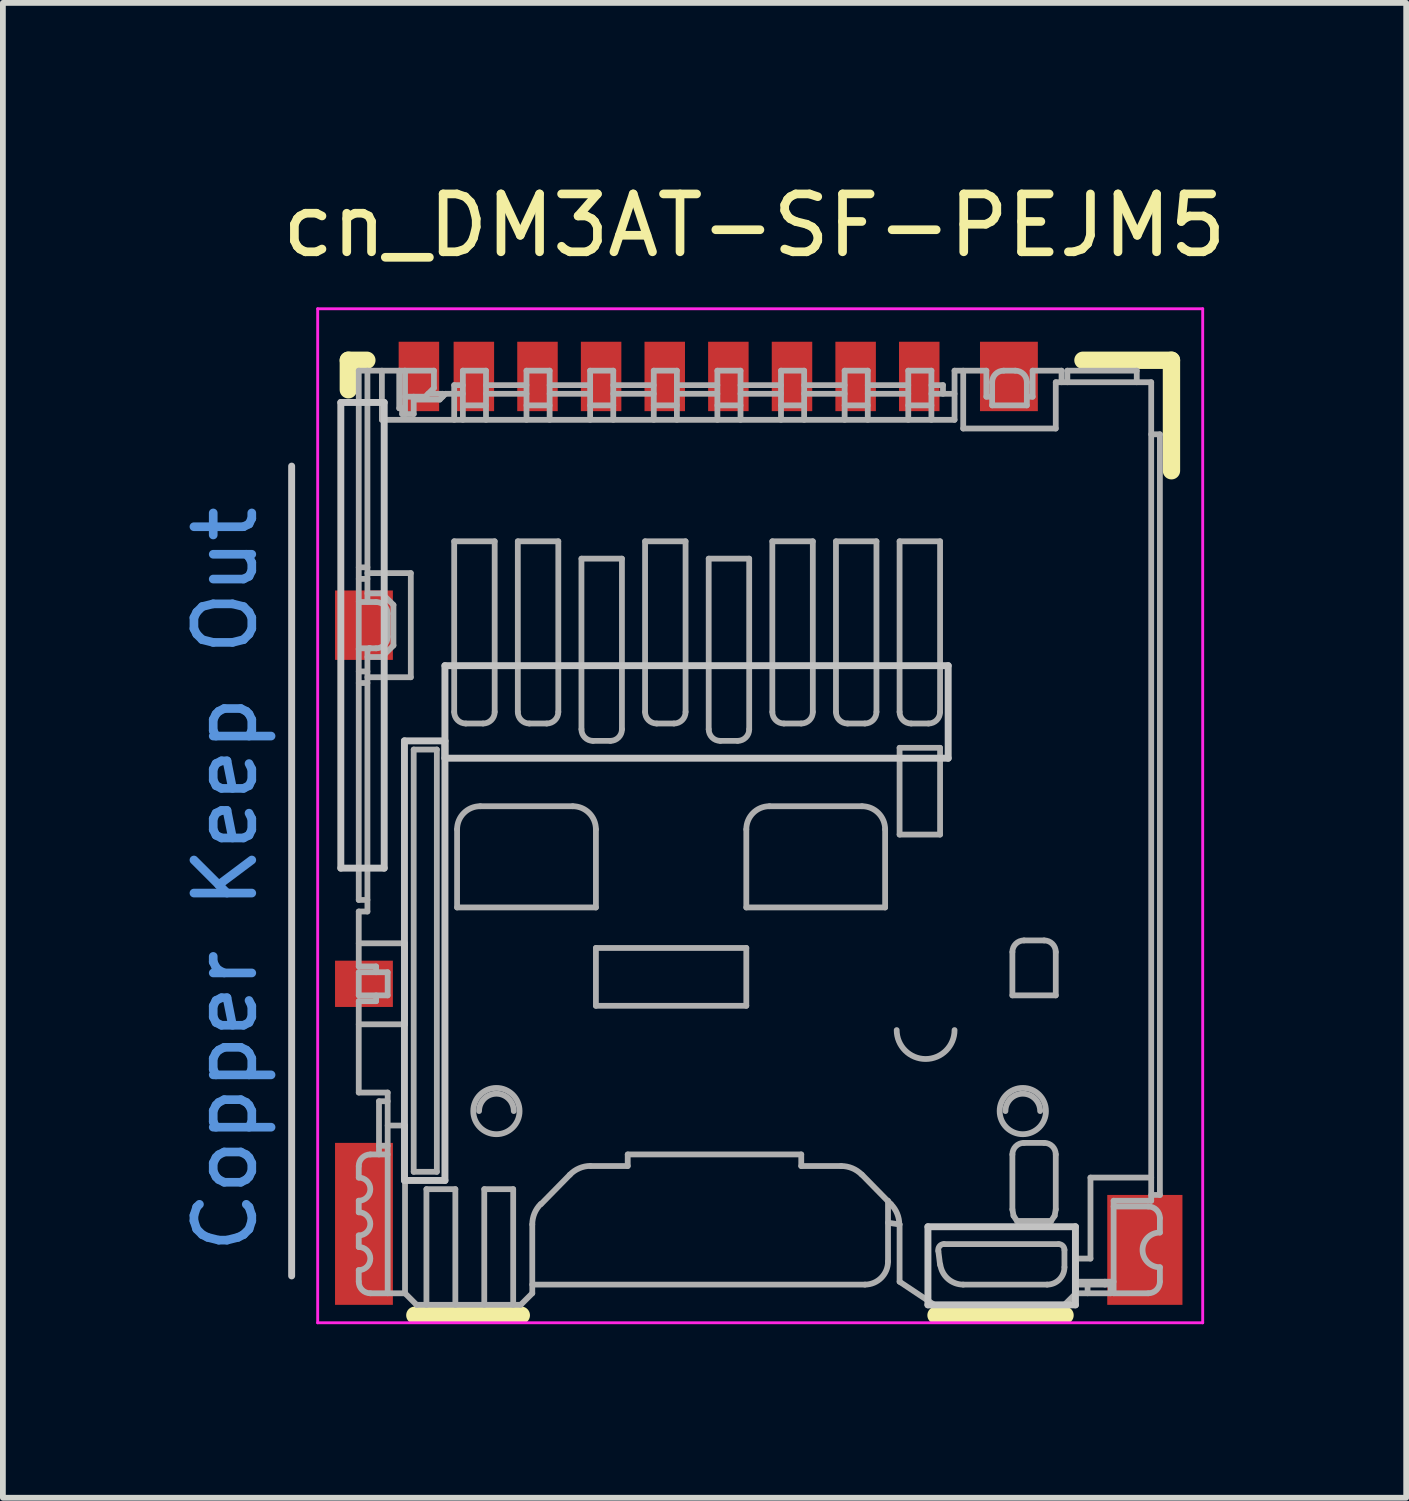
<source format=kicad_pcb>
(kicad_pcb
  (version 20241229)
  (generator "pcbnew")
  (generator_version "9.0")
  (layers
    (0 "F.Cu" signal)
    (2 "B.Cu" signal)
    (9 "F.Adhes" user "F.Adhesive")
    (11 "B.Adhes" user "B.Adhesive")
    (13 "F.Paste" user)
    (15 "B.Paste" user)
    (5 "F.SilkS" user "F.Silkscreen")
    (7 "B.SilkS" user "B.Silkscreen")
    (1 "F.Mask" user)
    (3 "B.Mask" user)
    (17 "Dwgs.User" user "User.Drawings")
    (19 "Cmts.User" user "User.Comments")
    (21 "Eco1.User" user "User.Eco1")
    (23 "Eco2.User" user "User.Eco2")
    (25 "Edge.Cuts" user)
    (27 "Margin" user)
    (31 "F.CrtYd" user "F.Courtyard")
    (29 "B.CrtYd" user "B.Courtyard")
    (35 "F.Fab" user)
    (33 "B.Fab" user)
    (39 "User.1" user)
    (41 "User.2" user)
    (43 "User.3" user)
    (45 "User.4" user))
  (footprint "cn_DM3AT-SF-PEJM5"
    (layer "F.Cu")
    (at 9.992 11.008)
    (property "Reference" "cn_DM3AT-SF-PEJM5" (at 0 -10.16 180) (layer "F.SilkS") (effects (font (size 1 1) (thickness 0.15))))
    (attr smd)
    (fp_line (start -7.02 -7.83) (end -7.02 -7.32) (stroke (width 0.3) (type solid)) (layer "F.SilkS"))
    (fp_line (start -6.7 -7.83) (end -7.02 -7.83) (stroke (width 0.3) (type solid)) (layer "F.SilkS"))
    (fp_line (start -5.87 8.68) (end -4.03 8.68) (stroke (width 0.3) (type solid)) (layer "F.SilkS"))
    (fp_line (start 5.37 8.68) (end 3.14 8.68) (stroke (width 0.3) (type solid)) (layer "F.SilkS"))
    (fp_line (start 5.68 -7.83) (end 7.21 -7.83) (stroke (width 0.3) (type solid)) (layer "F.SilkS"))
    (fp_line (start 7.21 -7.83) (end 7.21 -5.92) (stroke (width 0.3) (type solid)) (layer "F.SilkS"))
    (fp_line (start -8 8) (end -8 -6) (stroke (width 0.12) (type solid)) (layer "Dwgs.User"))
    (fp_line (start -7.15 -7.1) (end -6.4 -7.1) (stroke (width 0.12) (type solid)) (layer "Dwgs.User"))
    (fp_line (start -7.15 0.95) (end -7.15 -7.1) (stroke (width 0.12) (type solid)) (layer "Dwgs.User"))
    (fp_line (start -6.4 -7.1) (end -6.4 0.95) (stroke (width 0.12) (type solid)) (layer "Dwgs.User"))
    (fp_line (start -6.4 0.95) (end -7.15 0.95) (stroke (width 0.12) (type solid)) (layer "Dwgs.User"))
    (fp_line (start -6.05 -1.25) (end -5.35 -1.25) (stroke (width 0.12) (type solid)) (layer "Dwgs.User"))
    (fp_line (start -6.05 6.35) (end -6.05 -1.25) (stroke (width 0.12) (type solid)) (layer "Dwgs.User"))
    (fp_line (start -5.35 -2.55) (end -5.35 -0.95) (stroke (width 0.12) (type solid)) (layer "Dwgs.User"))
    (fp_line (start -5.35 -2.55) (end 3.35 -2.55) (stroke (width 0.12) (type solid)) (layer "Dwgs.User"))
    (fp_line (start -5.35 -1.25) (end -5.35 6.35) (stroke (width 0.12) (type solid)) (layer "Dwgs.User"))
    (fp_line (start -5.35 6.35) (end -6.05 6.35) (stroke (width 0.12) (type solid)) (layer "Dwgs.User"))
    (fp_line (start 3 7.15) (end 5.55 7.15) (stroke (width 0.12) (type solid)) (layer "Dwgs.User"))
    (fp_line (start 3 8.5) (end 3 7.15) (stroke (width 0.12) (type solid)) (layer "Dwgs.User"))
    (fp_line (start 3.35 -2.55) (end 3.35 -0.95) (stroke (width 0.12) (type solid)) (layer "Dwgs.User"))
    (fp_line (start 3.35 -0.95) (end -5.35 -0.95) (stroke (width 0.12) (type solid)) (layer "Dwgs.User"))
    (fp_line (start 5.55 7.15) (end 5.55 8.5) (stroke (width 0.12) (type solid)) (layer "Dwgs.User"))
    (fp_line (start 5.55 8.5) (end 3 8.5) (stroke (width 0.12) (type solid)) (layer "Dwgs.User"))
    (fp_line (start -7.55 -8.72) (end 7.75 -8.72) (stroke (width 0.05) (type solid)) (layer "F.CrtYd"))
    (fp_line (start -7.55 8.81) (end -7.55 -8.72) (stroke (width 0.05) (type solid)) (layer "F.CrtYd"))
    (fp_line (start 7.75 -8.72) (end 7.75 8.81) (stroke (width 0.05) (type solid)) (layer "F.CrtYd"))
    (fp_line (start 7.75 8.81) (end -7.55 8.81) (stroke (width 0.05) (type solid)) (layer "F.CrtYd"))
    (fp_line (start -6.84 -3.66) (end -6.83 -3.65) (stroke (width 0.1) (type solid)) (layer "F.Fab"))
    (fp_line (start -6.84 -2.84) (end -6.83 -2.85) (stroke (width 0.1) (type solid)) (layer "F.Fab"))
    (fp_line (start -6.84 -2.83) (end -6.84 -2.84) (stroke (width 0.1) (type solid)) (layer "F.Fab"))
    (fp_line (start -6.84 -2.45) (end -6.69 -2.45) (stroke (width 0.1) (type solid)) (layer "F.Fab"))
    (fp_line (start -6.84 1.5) (end -6.84 -7.65) (stroke (width 0.1) (type solid)) (layer "F.Fab"))
    (fp_line (start -6.84 1.5) (end -6.69 1.5) (stroke (width 0.1) (type solid)) (layer "F.Fab"))
    (fp_line (start -6.84 1.7) (end -6.84 2.65) (stroke (width 0.1) (type solid)) (layer "F.Fab"))
    (fp_line (start -6.84 1.7) (end -6.69 1.7) (stroke (width 0.1) (type solid)) (layer "F.Fab"))
    (fp_line (start -6.84 2.65) (end -6.54 2.65) (stroke (width 0.1) (type solid)) (layer "F.Fab"))
    (fp_line (start -6.84 2.75) (end -6.84 3.15) (stroke (width 0.1) (type solid)) (layer "F.Fab"))
    (fp_line (start -6.84 3.15) (end -6.34 3.15) (stroke (width 0.1) (type solid)) (layer "F.Fab"))
    (fp_line (start -6.84 4.83) (end -6.84 3.25) (stroke (width 0.1) (type solid)) (layer "F.Fab"))
    (fp_line (start -6.84 6.3) (end -6.84 6.1) (stroke (width 0.1) (type solid)) (layer "F.Fab"))
    (fp_line (start -6.84 6.9) (end -6.84 6.7) (stroke (width 0.1) (type solid)) (layer "F.Fab"))
    (fp_line (start -6.84 7.5) (end -6.84 7.3) (stroke (width 0.1) (type solid)) (layer "F.Fab"))
    (fp_line (start -6.84 8.1) (end -6.84 7.9) (stroke (width 0.1) (type solid)) (layer "F.Fab"))
    (fp_line (start -6.83 -3.65) (end -6.54 -3.65) (stroke (width 0.1) (type solid)) (layer "F.Fab"))
    (fp_line (start -6.69 -4.25) (end -6.84 -4.25) (stroke (width 0.1) (type solid)) (layer "F.Fab"))
    (fp_line (start -6.69 -4.05) (end -6.84 -4.05) (stroke (width 0.1) (type solid)) (layer "F.Fab"))
    (fp_line (start -6.69 -3.66) (end -6.69 -7.65) (stroke (width 0.1) (type solid)) (layer "F.Fab"))
    (fp_line (start -6.69 -2.84) (end -6.69 -2.83) (stroke (width 0.1) (type solid)) (layer "F.Fab"))
    (fp_line (start -6.69 -2.7) (end -6.44 -2.7) (stroke (width 0.1) (type solid)) (layer "F.Fab"))
    (fp_line (start -6.69 -2.35) (end -5.94 -2.35) (stroke (width 0.1) (type solid)) (layer "F.Fab"))
    (fp_line (start -6.69 -2.25) (end -6.84 -2.25) (stroke (width 0.1) (type solid)) (layer "F.Fab"))
    (fp_line (start -6.69 1.7) (end -6.69 -2.83) (stroke (width 0.1) (type solid)) (layer "F.Fab"))
    (fp_line (start -6.68 -2.84) (end -6.69 -2.84) (stroke (width 0.1) (type solid)) (layer "F.Fab"))
    (fp_line (start -6.67 -2.84) (end -6.68 -2.84) (stroke (width 0.1) (type solid)) (layer "F.Fab"))
    (fp_line (start -6.66 -2.85) (end -6.67 -2.84) (stroke (width 0.1) (type solid)) (layer "F.Fab"))
    (fp_line (start -6.65 -2.85) (end -6.66 -2.85) (stroke (width 0.1) (type solid)) (layer "F.Fab"))
    (fp_line (start -6.64 -2.85) (end -6.65 -2.85) (stroke (width 0.1) (type solid)) (layer "F.Fab"))
    (fp_line (start -6.64 5.9) (end -6.34 5.9) (stroke (width 0.1) (type solid)) (layer "F.Fab"))
    (fp_line (start -6.54 -2.85) (end -6.83 -2.85) (stroke (width 0.1) (type solid)) (layer "F.Fab"))
    (fp_line (start -6.54 2.75) (end -6.54 2.65) (stroke (width 0.1) (type solid)) (layer "F.Fab"))
    (fp_line (start -6.54 3.25) (end -6.84 3.25) (stroke (width 0.1) (type solid)) (layer "F.Fab"))
    (fp_line (start -6.54 3.25) (end -6.54 3.15) (stroke (width 0.1) (type solid)) (layer "F.Fab"))
    (fp_line (start -6.49 4.98) (end -6.49 5.9) (stroke (width 0.1) (type solid)) (layer "F.Fab"))
    (fp_line (start -6.49 5.75) (end -6.34 5.75) (stroke (width 0.1) (type solid)) (layer "F.Fab"))
    (fp_line (start -6.44 -7.65) (end -6.44 -6.8) (stroke (width 0.1) (type solid)) (layer "F.Fab"))
    (fp_line (start -6.44 -6.8) (end 3.46 -6.8) (stroke (width 0.1) (type solid)) (layer "F.Fab"))
    (fp_line (start -6.44 -3.8) (end -6.69 -3.8) (stroke (width 0.1) (type solid)) (layer "F.Fab"))
    (fp_line (start -6.44 -2.7) (end -6.24 -2.9) (stroke (width 0.1) (type solid)) (layer "F.Fab"))
    (fp_line (start -6.34 -3.45) (end -6.34 -3.05) (stroke (width 0.1) (type solid)) (layer "F.Fab"))
    (fp_line (start -6.34 2.75) (end -6.84 2.75) (stroke (width 0.1) (type solid)) (layer "F.Fab"))
    (fp_line (start -6.34 3.15) (end -6.34 2.75) (stroke (width 0.1) (type solid)) (layer "F.Fab"))
    (fp_line (start -6.34 4.83) (end -6.84 4.83) (stroke (width 0.1) (type solid)) (layer "F.Fab"))
    (fp_line (start -6.34 4.98) (end -6.49 4.98) (stroke (width 0.1) (type solid)) (layer "F.Fab"))
    (fp_line (start -6.34 8.3) (end -6.34 4.83) (stroke (width 0.1) (type solid)) (layer "F.Fab"))
    (fp_line (start -6.24 -3.6) (end -6.44 -3.8) (stroke (width 0.1) (type solid)) (layer "F.Fab"))
    (fp_line (start -6.24 -2.9) (end -6.24 -3.6) (stroke (width 0.1) (type solid)) (layer "F.Fab"))
    (fp_line (start -6.14 -7) (end -6.14 -7.65) (stroke (width 0.1) (type solid)) (layer "F.Fab"))
    (fp_line (start -6.09 -7) (end -6.14 -7) (stroke (width 0.1) (type solid)) (layer "F.Fab"))
    (fp_line (start -6.09 -6.9) (end -6.09 -7) (stroke (width 0.1) (type solid)) (layer "F.Fab"))
    (fp_line (start -6.09 -6.9) (end -5.89 -6.9) (stroke (width 0.1) (type solid)) (layer "F.Fab"))
    (fp_line (start -6.05 -7.65) (end -6.84 -7.65) (stroke (width 0.1) (type solid)) (layer "F.Fab"))
    (fp_line (start -6.04 -7.65) (end -6.04 -6.9) (stroke (width 0.1) (type solid)) (layer "F.Fab"))
    (fp_line (start -6.04 -7.2) (end -5.69 -7.2) (stroke (width 0.1) (type solid)) (layer "F.Fab"))
    (fp_line (start -6.04 2.25) (end -6.84 2.25) (stroke (width 0.1) (type solid)) (layer "F.Fab"))
    (fp_line (start -6.04 3.65) (end -6.84 3.65) (stroke (width 0.1) (type solid)) (layer "F.Fab"))
    (fp_line (start -6.04 3.65) (end -6.04 2.25) (stroke (width 0.1) (type solid)) (layer "F.Fab"))
    (fp_line (start -6.04 5.4) (end -6.34 5.4) (stroke (width 0.1) (type solid)) (layer "F.Fab"))
    (fp_line (start -6.04 8.3) (end -6.64 8.3) (stroke (width 0.1) (type solid)) (layer "F.Fab"))
    (fp_line (start -6.04 8.3) (end -6.04 5.4) (stroke (width 0.1) (type solid)) (layer "F.Fab"))
    (fp_line (start -5.94 -4.15) (end -6.69 -4.15) (stroke (width 0.1) (type solid)) (layer "F.Fab"))
    (fp_line (start -5.94 -2.35) (end -5.94 -4.15) (stroke (width 0.1) (type solid)) (layer "F.Fab"))
    (fp_line (start -5.89 -7.15) (end -5.44 -7.15) (stroke (width 0.1) (type solid)) (layer "F.Fab"))
    (fp_line (start -5.89 -6.9) (end -5.89 -7.2) (stroke (width 0.1) (type solid)) (layer "F.Fab"))
    (fp_line (start -5.89 -1.1) (end -5.89 6.2) (stroke (width 0.1) (type solid)) (layer "F.Fab"))
    (fp_line (start -5.89 6.2) (end -5.49 6.2) (stroke (width 0.1) (type solid)) (layer "F.Fab"))
    (fp_line (start -5.84 8.5) (end -6.04 8.3) (stroke (width 0.1) (type solid)) (layer "F.Fab"))
    (fp_line (start -5.67 6.5) (end -5.67 8.5) (stroke (width 0.1) (type solid)) (layer "F.Fab"))
    (fp_line (start -5.54 -7.65) (end -6.04 -7.65) (stroke (width 0.1) (type solid)) (layer "F.Fab"))
    (fp_line (start -5.54 -7.65) (end -5.54 -7.35) (stroke (width 0.1) (type solid)) (layer "F.Fab"))
    (fp_line (start -5.54 -7.35) (end -5.69 -7.2) (stroke (width 0.1) (type solid)) (layer "F.Fab"))
    (fp_line (start -5.49 -1.1) (end -5.89 -1.1) (stroke (width 0.1) (type solid)) (layer "F.Fab"))
    (fp_line (start -5.49 6.2) (end -5.49 -1.1) (stroke (width 0.1) (type solid)) (layer "F.Fab"))
    (fp_line (start -5.44 -7.15) (end -5.34 -7.25) (stroke (width 0.1) (type solid)) (layer "F.Fab"))
    (fp_line (start -5.39 -7.25) (end -5.64 -7.25) (stroke (width 0.1) (type solid)) (layer "F.Fab"))
    (fp_line (start -5.39 -7.2) (end -5.39 -7.25) (stroke (width 0.1) (type solid)) (layer "F.Fab"))
    (fp_line (start -5.19 -7.25) (end -5.19 -7.4) (stroke (width 0.1) (type solid)) (layer "F.Fab"))
    (fp_line (start -5.19 -7.25) (end -5.19 -6.8) (stroke (width 0.1) (type solid)) (layer "F.Fab"))
    (fp_line (start -5.19 -4.7) (end -5.19 -1.75) (stroke (width 0.1) (type solid)) (layer "F.Fab"))
    (fp_line (start -5.17 6.5) (end -5.67 6.5) (stroke (width 0.1) (type solid)) (layer "F.Fab"))
    (fp_line (start -5.17 8.5) (end -5.17 6.5) (stroke (width 0.1) (type solid)) (layer "F.Fab"))
    (fp_line (start -5.14 0.28) (end -5.14 1.63) (stroke (width 0.1) (type solid)) (layer "F.Fab"))
    (fp_line (start -5.14 1.63) (end -2.74 1.63) (stroke (width 0.1) (type solid)) (layer "F.Fab"))
    (fp_line (start -5.04 -7.65) (end -5.04 -6.8) (stroke (width 0.1) (type solid)) (layer "F.Fab"))
    (fp_line (start -5.04 -7.4) (end -5.19 -7.4) (stroke (width 0.1) (type solid)) (layer "F.Fab"))
    (fp_line (start -5.04 -7.25) (end -5.34 -7.25) (stroke (width 0.1) (type solid)) (layer "F.Fab"))
    (fp_line (start -4.99 -1.55) (end -4.69 -1.55) (stroke (width 0.1) (type solid)) (layer "F.Fab"))
    (fp_line (start -4.67 6.5) (end -4.67 8.5) (stroke (width 0.1) (type solid)) (layer "F.Fab"))
    (fp_line (start -4.64 -7.65) (end -5.04 -7.65) (stroke (width 0.1) (type solid)) (layer "F.Fab"))
    (fp_line (start -4.64 -7.05) (end -5.04 -7.05) (stroke (width 0.1) (type solid)) (layer "F.Fab"))
    (fp_line (start -4.64 -6.8) (end -4.64 -7.65) (stroke (width 0.1) (type solid)) (layer "F.Fab"))
    (fp_line (start -4.49 -4.7) (end -5.19 -4.7) (stroke (width 0.1) (type solid)) (layer "F.Fab"))
    (fp_line (start -4.49 -1.75) (end -4.49 -4.7) (stroke (width 0.1) (type solid)) (layer "F.Fab"))
    (fp_line (start -4.17 6.5) (end -4.67 6.5) (stroke (width 0.1) (type solid)) (layer "F.Fab"))
    (fp_line (start -4.17 8.5) (end -4.17 6.5) (stroke (width 0.1) (type solid)) (layer "F.Fab"))
    (fp_line (start -4.09 -4.7) (end -4.09 -1.75) (stroke (width 0.1) (type solid)) (layer "F.Fab"))
    (fp_line (start -4.04 8.5) (end -5.84 8.5) (stroke (width 0.1) (type solid)) (layer "F.Fab"))
    (fp_line (start -3.94 -7.65) (end -3.94 -6.8) (stroke (width 0.1) (type solid)) (layer "F.Fab"))
    (fp_line (start -3.94 -7.4) (end -4.64 -7.4) (stroke (width 0.1) (type solid)) (layer "F.Fab"))
    (fp_line (start -3.94 -7.25) (end -4.64 -7.25) (stroke (width 0.1) (type solid)) (layer "F.Fab"))
    (fp_line (start -3.89 -1.55) (end -3.59 -1.55) (stroke (width 0.1) (type solid)) (layer "F.Fab"))
    (fp_line (start -3.84 8.3) (end -4.04 8.5) (stroke (width 0.1) (type solid)) (layer "F.Fab"))
    (fp_line (start -3.84 8.3) (end -3.84 7.11) (stroke (width 0.1) (type solid)) (layer "F.Fab"))
    (fp_line (start -3.69 6.76) (end -3.19 6.25) (stroke (width 0.1) (type solid)) (layer "F.Fab"))
    (fp_line (start -3.54 -7.65) (end -3.94 -7.65) (stroke (width 0.1) (type solid)) (layer "F.Fab"))
    (fp_line (start -3.54 -7.05) (end -3.94 -7.05) (stroke (width 0.1) (type solid)) (layer "F.Fab"))
    (fp_line (start -3.54 -6.8) (end -3.54 -7.65) (stroke (width 0.1) (type solid)) (layer "F.Fab"))
    (fp_line (start -3.39 -4.7) (end -4.09 -4.7) (stroke (width 0.1) (type solid)) (layer "F.Fab"))
    (fp_line (start -3.39 -1.75) (end -3.39 -4.7) (stroke (width 0.1) (type solid)) (layer "F.Fab"))
    (fp_line (start -3.14 -0.12) (end -4.74 -0.12) (stroke (width 0.1) (type solid)) (layer "F.Fab"))
    (fp_line (start -2.99 -4.4) (end -2.99 -1.45) (stroke (width 0.1) (type solid)) (layer "F.Fab"))
    (fp_line (start -2.84 -7.65) (end -2.84 -6.8) (stroke (width 0.1) (type solid)) (layer "F.Fab"))
    (fp_line (start -2.84 -7.4) (end -3.54 -7.4) (stroke (width 0.1) (type solid)) (layer "F.Fab"))
    (fp_line (start -2.84 -7.25) (end -3.54 -7.25) (stroke (width 0.1) (type solid)) (layer "F.Fab"))
    (fp_line (start -2.83 6.1) (end -2.19 6.1) (stroke (width 0.1) (type solid)) (layer "F.Fab"))
    (fp_line (start -2.79 -1.25) (end -2.49 -1.25) (stroke (width 0.1) (type solid)) (layer "F.Fab"))
    (fp_line (start -2.74 1.63) (end -2.74 0.28) (stroke (width 0.1) (type solid)) (layer "F.Fab"))
    (fp_line (start -2.74 2.33) (end -2.74 3.33) (stroke (width 0.1) (type solid)) (layer "F.Fab"))
    (fp_line (start -2.74 3.33) (end -0.14 3.33) (stroke (width 0.1) (type solid)) (layer "F.Fab"))
    (fp_line (start -2.44 -7.65) (end -2.84 -7.65) (stroke (width 0.1) (type solid)) (layer "F.Fab"))
    (fp_line (start -2.44 -7.05) (end -2.84 -7.05) (stroke (width 0.1) (type solid)) (layer "F.Fab"))
    (fp_line (start -2.44 -6.8) (end -2.44 -7.65) (stroke (width 0.1) (type solid)) (layer "F.Fab"))
    (fp_line (start -2.29 -4.4) (end -2.99 -4.4) (stroke (width 0.1) (type solid)) (layer "F.Fab"))
    (fp_line (start -2.29 -1.45) (end -2.29 -4.4) (stroke (width 0.1) (type solid)) (layer "F.Fab"))
    (fp_line (start -2.19 5.9) (end 0.81 5.9) (stroke (width 0.1) (type solid)) (layer "F.Fab"))
    (fp_line (start -2.19 6.1) (end -2.19 5.9) (stroke (width 0.1) (type solid)) (layer "F.Fab"))
    (fp_line (start -1.89 -4.7) (end -1.89 -1.75) (stroke (width 0.1) (type solid)) (layer "F.Fab"))
    (fp_line (start -1.74 -7.65) (end -1.74 -6.8) (stroke (width 0.1) (type solid)) (layer "F.Fab"))
    (fp_line (start -1.74 -7.4) (end -2.44 -7.4) (stroke (width 0.1) (type solid)) (layer "F.Fab"))
    (fp_line (start -1.74 -7.25) (end -2.44 -7.25) (stroke (width 0.1) (type solid)) (layer "F.Fab"))
    (fp_line (start -1.69 -1.55) (end -1.39 -1.55) (stroke (width 0.1) (type solid)) (layer "F.Fab"))
    (fp_line (start -1.34 -7.65) (end -1.74 -7.65) (stroke (width 0.1) (type solid)) (layer "F.Fab"))
    (fp_line (start -1.34 -7.05) (end -1.74 -7.05) (stroke (width 0.1) (type solid)) (layer "F.Fab"))
    (fp_line (start -1.34 -6.8) (end -1.34 -7.65) (stroke (width 0.1) (type solid)) (layer "F.Fab"))
    (fp_line (start -1.19 -4.7) (end -1.89 -4.7) (stroke (width 0.1) (type solid)) (layer "F.Fab"))
    (fp_line (start -1.19 -1.75) (end -1.19 -4.7) (stroke (width 0.1) (type solid)) (layer "F.Fab"))
    (fp_line (start -0.79 -4.4) (end -0.79 -1.45) (stroke (width 0.1) (type solid)) (layer "F.Fab"))
    (fp_line (start -0.64 -7.65) (end -0.64 -6.8) (stroke (width 0.1) (type solid)) (layer "F.Fab"))
    (fp_line (start -0.64 -7.4) (end -1.34 -7.4) (stroke (width 0.1) (type solid)) (layer "F.Fab"))
    (fp_line (start -0.64 -7.25) (end -1.34 -7.25) (stroke (width 0.1) (type solid)) (layer "F.Fab"))
    (fp_line (start -0.59 -1.25) (end -0.29 -1.25) (stroke (width 0.1) (type solid)) (layer "F.Fab"))
    (fp_line (start -0.24 -7.65) (end -0.64 -7.65) (stroke (width 0.1) (type solid)) (layer "F.Fab"))
    (fp_line (start -0.24 -7.05) (end -0.64 -7.05) (stroke (width 0.1) (type solid)) (layer "F.Fab"))
    (fp_line (start -0.24 -6.8) (end -0.24 -7.65) (stroke (width 0.1) (type solid)) (layer "F.Fab"))
    (fp_line (start -0.14 0.28) (end -0.14 1.63) (stroke (width 0.1) (type solid)) (layer "F.Fab"))
    (fp_line (start -0.14 1.63) (end 2.26 1.63) (stroke (width 0.1) (type solid)) (layer "F.Fab"))
    (fp_line (start -0.14 2.33) (end -2.74 2.33) (stroke (width 0.1) (type solid)) (layer "F.Fab"))
    (fp_line (start -0.14 3.33) (end -0.14 2.33) (stroke (width 0.1) (type solid)) (layer "F.Fab"))
    (fp_line (start -0.09 -4.4) (end -0.79 -4.4) (stroke (width 0.1) (type solid)) (layer "F.Fab"))
    (fp_line (start -0.09 -1.45) (end -0.09 -4.4) (stroke (width 0.1) (type solid)) (layer "F.Fab"))
    (fp_line (start 0.31 -4.7) (end 0.31 -1.75) (stroke (width 0.1) (type solid)) (layer "F.Fab"))
    (fp_line (start 0.46 -7.65) (end 0.46 -6.8) (stroke (width 0.1) (type solid)) (layer "F.Fab"))
    (fp_line (start 0.46 -7.4) (end -0.24 -7.4) (stroke (width 0.1) (type solid)) (layer "F.Fab"))
    (fp_line (start 0.46 -7.25) (end -0.24 -7.25) (stroke (width 0.1) (type solid)) (layer "F.Fab"))
    (fp_line (start 0.51 -1.55) (end 0.81 -1.55) (stroke (width 0.1) (type solid)) (layer "F.Fab"))
    (fp_line (start 0.81 5.9) (end 0.81 6.1) (stroke (width 0.1) (type solid)) (layer "F.Fab"))
    (fp_line (start 0.81 6.1) (end 1.5 6.1) (stroke (width 0.1) (type solid)) (layer "F.Fab"))
    (fp_line (start 0.86 -7.65) (end 0.46 -7.65) (stroke (width 0.1) (type solid)) (layer "F.Fab"))
    (fp_line (start 0.86 -7.05) (end 0.46 -7.05) (stroke (width 0.1) (type solid)) (layer "F.Fab"))
    (fp_line (start 0.86 -6.8) (end 0.86 -7.65) (stroke (width 0.1) (type solid)) (layer "F.Fab"))
    (fp_line (start 1.01 -4.7) (end 0.31 -4.7) (stroke (width 0.1) (type solid)) (layer "F.Fab"))
    (fp_line (start 1.01 -1.75) (end 1.01 -4.7) (stroke (width 0.1) (type solid)) (layer "F.Fab"))
    (fp_line (start 1.41 -4.7) (end 1.41 -1.75) (stroke (width 0.1) (type solid)) (layer "F.Fab"))
    (fp_line (start 1.56 -7.65) (end 1.56 -6.8) (stroke (width 0.1) (type solid)) (layer "F.Fab"))
    (fp_line (start 1.56 -7.4) (end 0.86 -7.4) (stroke (width 0.1) (type solid)) (layer "F.Fab"))
    (fp_line (start 1.56 -7.25) (end 0.86 -7.25) (stroke (width 0.1) (type solid)) (layer "F.Fab"))
    (fp_line (start 1.61 -1.55) (end 1.91 -1.55) (stroke (width 0.1) (type solid)) (layer "F.Fab"))
    (fp_line (start 1.86 -0.12) (end 0.26 -0.12) (stroke (width 0.1) (type solid)) (layer "F.Fab"))
    (fp_line (start 1.86 6.25) (end 2.36 6.76) (stroke (width 0.1) (type solid)) (layer "F.Fab"))
    (fp_line (start 1.91 8.15) (end -3.84 8.15) (stroke (width 0.1) (type solid)) (layer "F.Fab"))
    (fp_line (start 1.96 -7.65) (end 1.56 -7.65) (stroke (width 0.1) (type solid)) (layer "F.Fab"))
    (fp_line (start 1.96 -7.05) (end 1.56 -7.05) (stroke (width 0.1) (type solid)) (layer "F.Fab"))
    (fp_line (start 1.96 -6.8) (end 1.96 -7.65) (stroke (width 0.1) (type solid)) (layer "F.Fab"))
    (fp_line (start 2.11 -4.7) (end 1.41 -4.7) (stroke (width 0.1) (type solid)) (layer "F.Fab"))
    (fp_line (start 2.11 -1.75) (end 2.11 -4.7) (stroke (width 0.1) (type solid)) (layer "F.Fab"))
    (fp_line (start 2.26 1.63) (end 2.26 0.28) (stroke (width 0.1) (type solid)) (layer "F.Fab"))
    (fp_line (start 2.31 6.7) (end 2.31 7.75) (stroke (width 0.1) (type solid)) (layer "F.Fab"))
    (fp_line (start 2.31 7.08) (end 2.51 7.11) (stroke (width 0.1) (type solid)) (layer "F.Fab"))
    (fp_line (start 2.51 -4.7) (end 2.51 -1.75) (stroke (width 0.1) (type solid)) (layer "F.Fab"))
    (fp_line (start 2.51 -1.13) (end 2.51 0.37) (stroke (width 0.1) (type solid)) (layer "F.Fab"))
    (fp_line (start 2.51 0.37) (end 3.21 0.37) (stroke (width 0.1) (type solid)) (layer "F.Fab"))
    (fp_line (start 2.51 7.11) (end 2.51 8.1) (stroke (width 0.1) (type solid)) (layer "F.Fab"))
    (fp_line (start 2.66 -7.65) (end 2.66 -6.8) (stroke (width 0.1) (type solid)) (layer "F.Fab"))
    (fp_line (start 2.66 -7.4) (end 1.96 -7.4) (stroke (width 0.1) (type solid)) (layer "F.Fab"))
    (fp_line (start 2.66 -7.25) (end 1.96 -7.25) (stroke (width 0.1) (type solid)) (layer "F.Fab"))
    (fp_line (start 2.71 -1.55) (end 3.01 -1.55) (stroke (width 0.1) (type solid)) (layer "F.Fab"))
    (fp_line (start 3.06 -7.65) (end 2.66 -7.65) (stroke (width 0.1) (type solid)) (layer "F.Fab"))
    (fp_line (start 3.06 -7.05) (end 2.66 -7.05) (stroke (width 0.1) (type solid)) (layer "F.Fab"))
    (fp_line (start 3.06 -6.8) (end 3.06 -7.65) (stroke (width 0.1) (type solid)) (layer "F.Fab"))
    (fp_line (start 3.11 8.5) (end 2.51 8.1) (stroke (width 0.1) (type solid)) (layer "F.Fab"))
    (fp_line (start 3.18 7.57) (end 3.21 7.81) (stroke (width 0.1) (type solid)) (layer "F.Fab"))
    (fp_line (start 3.21 -4.7) (end 2.51 -4.7) (stroke (width 0.1) (type solid)) (layer "F.Fab"))
    (fp_line (start 3.21 -1.75) (end 3.21 -4.7) (stroke (width 0.1) (type solid)) (layer "F.Fab"))
    (fp_line (start 3.21 -1.13) (end 2.51 -1.13) (stroke (width 0.1) (type solid)) (layer "F.Fab"))
    (fp_line (start 3.21 0.37) (end 3.21 -1.13) (stroke (width 0.1) (type solid)) (layer "F.Fab"))
    (fp_line (start 3.26 -7.4) (end 3.06 -7.4) (stroke (width 0.1) (type solid)) (layer "F.Fab"))
    (fp_line (start 3.26 -7.4) (end 3.26 -7.25) (stroke (width 0.1) (type solid)) (layer "F.Fab"))
    (fp_line (start 3.46 -7.65) (end 3.46 -6.8) (stroke (width 0.1) (type solid)) (layer "F.Fab"))
    (fp_line (start 3.46 -7.65) (end 4.01 -7.65) (stroke (width 0.1) (type solid)) (layer "F.Fab"))
    (fp_line (start 3.46 -7.25) (end 3.06 -7.25) (stroke (width 0.1) (type solid)) (layer "F.Fab"))
    (fp_line (start 3.61 -7.65) (end 3.61 -6.65) (stroke (width 0.1) (type solid)) (layer "F.Fab"))
    (fp_line (start 3.61 -6.65) (end 5.21 -6.65) (stroke (width 0.1) (type solid)) (layer "F.Fab"))
    (fp_line (start 3.61 8.15) (end 5.06 8.15) (stroke (width 0.1) (type solid)) (layer "F.Fab"))
    (fp_line (start 4.01 -7.2) (end 4.01 -7.65) (stroke (width 0.1) (type solid)) (layer "F.Fab"))
    (fp_line (start 4.01 -7.2) (end 4.11 -7.2) (stroke (width 0.1) (type solid)) (layer "F.Fab"))
    (fp_line (start 4.11 -7.45) (end 4.11 -7.05) (stroke (width 0.1) (type solid)) (layer "F.Fab"))
    (fp_line (start 4.11 -7.05) (end 4.71 -7.05) (stroke (width 0.1) (type solid)) (layer "F.Fab"))
    (fp_line (start 4.31 -7.65) (end 4.51 -7.65) (stroke (width 0.1) (type solid)) (layer "F.Fab"))
    (fp_line (start 4.46 2.4) (end 4.46 3.15) (stroke (width 0.1) (type solid)) (layer "F.Fab"))
    (fp_line (start 4.46 3.15) (end 5.21 3.15) (stroke (width 0.1) (type solid)) (layer "F.Fab"))
    (fp_line (start 4.46 5.9) (end 4.46 6.85) (stroke (width 0.1) (type solid)) (layer "F.Fab"))
    (fp_line (start 4.46 6.85) (end 4.48 6.96) (stroke (width 0.1) (type solid)) (layer "F.Fab"))
    (fp_line (start 4.48 6.96) (end 4.54 7.05) (stroke (width 0.1) (type solid)) (layer "F.Fab"))
    (fp_line (start 4.54 7.05) (end 5.13 7.05) (stroke (width 0.1) (type solid)) (layer "F.Fab"))
    (fp_line (start 4.71 -7.2) (end 4.81 -7.2) (stroke (width 0.1) (type solid)) (layer "F.Fab"))
    (fp_line (start 4.71 -7.05) (end 4.71 -7.45) (stroke (width 0.1) (type solid)) (layer "F.Fab"))
    (fp_line (start 4.81 -7.65) (end 5.31 -7.65) (stroke (width 0.1) (type solid)) (layer "F.Fab"))
    (fp_line (start 4.81 -7.2) (end 4.81 -7.65) (stroke (width 0.1) (type solid)) (layer "F.Fab"))
    (fp_line (start 5.01 2.2) (end 4.66 2.2) (stroke (width 0.1) (type solid)) (layer "F.Fab"))
    (fp_line (start 5.01 5.7) (end 4.66 5.7) (stroke (width 0.1) (type solid)) (layer "F.Fab"))
    (fp_line (start 5.13 7.05) (end 5.19 6.96) (stroke (width 0.1) (type solid)) (layer "F.Fab"))
    (fp_line (start 5.19 6.96) (end 5.21 6.85) (stroke (width 0.1) (type solid)) (layer "F.Fab"))
    (fp_line (start 5.21 -7.45) (end 6.86 -7.45) (stroke (width 0.1) (type solid)) (layer "F.Fab"))
    (fp_line (start 5.21 -6.65) (end 5.21 -7.45) (stroke (width 0.1) (type solid)) (layer "F.Fab"))
    (fp_line (start 5.21 3.15) (end 5.21 2.4) (stroke (width 0.1) (type solid)) (layer "F.Fab"))
    (fp_line (start 5.21 6.85) (end 5.21 5.9) (stroke (width 0.1) (type solid)) (layer "F.Fab"))
    (fp_line (start 5.26 7.45) (end 3.28 7.45) (stroke (width 0.1) (type solid)) (layer "F.Fab"))
    (fp_line (start 5.31 -7.65) (end 5.31 -7.45) (stroke (width 0.1) (type solid)) (layer "F.Fab"))
    (fp_line (start 5.36 7.85) (end 5.36 7.55) (stroke (width 0.1) (type solid)) (layer "F.Fab"))
    (fp_line (start 5.36 8.5) (end 3.11 8.5) (stroke (width 0.1) (type solid)) (layer "F.Fab"))
    (fp_line (start 5.36 8.5) (end 5.56 8.3) (stroke (width 0.1) (type solid)) (layer "F.Fab"))
    (fp_line (start 5.41 -7.65) (end 5.41 -7.45) (stroke (width 0.1) (type solid)) (layer "F.Fab"))
    (fp_line (start 5.41 -7.65) (end 6.61 -7.65) (stroke (width 0.1) (type solid)) (layer "F.Fab"))
    (fp_line (start 5.56 7.7) (end 5.56 8.3) (stroke (width 0.1) (type solid)) (layer "F.Fab"))
    (fp_line (start 5.56 7.7) (end 5.81 7.7) (stroke (width 0.1) (type solid)) (layer "F.Fab"))
    (fp_line (start 5.56 8.3) (end 6.16 8.3) (stroke (width 0.1) (type solid)) (layer "F.Fab"))
    (fp_line (start 5.76 8.3) (end 5.76 8.15) (stroke (width 0.1) (type solid)) (layer "F.Fab"))
    (fp_line (start 5.81 6.3) (end 5.81 7.7) (stroke (width 0.1) (type solid)) (layer "F.Fab"))
    (fp_line (start 6.06 8.1) (end 6.06 8.15) (stroke (width 0.1) (type solid)) (layer "F.Fab"))
    (fp_line (start 6.16 8.15) (end 5.56 8.15) (stroke (width 0.1) (type solid)) (layer "F.Fab"))
    (fp_line (start 6.16 8.3) (end 6.16 8.15) (stroke (width 0.1) (type solid)) (layer "F.Fab"))
    (fp_line (start 6.21 6.7) (end 6.21 8.3) (stroke (width 0.1) (type solid)) (layer "F.Fab"))
    (fp_line (start 6.21 6.7) (end 6.86 6.7) (stroke (width 0.1) (type solid)) (layer "F.Fab"))
    (fp_line (start 6.21 6.8) (end 6.81 6.8) (stroke (width 0.1) (type solid)) (layer "F.Fab"))
    (fp_line (start 6.21 8.1) (end 5.56 8.1) (stroke (width 0.1) (type solid)) (layer "F.Fab"))
    (fp_line (start 6.61 -7.45) (end 6.61 -7.65) (stroke (width 0.1) (type solid)) (layer "F.Fab"))
    (fp_line (start 6.81 8.3) (end 6.21 8.3) (stroke (width 0.1) (type solid)) (layer "F.Fab"))
    (fp_line (start 6.86 6.3) (end 5.81 6.3) (stroke (width 0.1) (type solid)) (layer "F.Fab"))
    (fp_line (start 6.86 6.7) (end 6.86 -7.45) (stroke (width 0.1) (type solid)) (layer "F.Fab"))
    (fp_line (start 7.01 -6.55) (end 6.86 -6.55) (stroke (width 0.1) (type solid)) (layer "F.Fab"))
    (fp_line (start 7.01 6.6) (end 6.86 6.6) (stroke (width 0.1) (type solid)) (layer "F.Fab"))
    (fp_line (start 7.01 6.6) (end 7.01 -6.55) (stroke (width 0.1) (type solid)) (layer "F.Fab"))
    (fp_line (start 7.01 7) (end 7.01 7.25) (stroke (width 0.1) (type solid)) (layer "F.Fab"))
    (fp_line (start 7.01 7.85) (end 7.01 8.1) (stroke (width 0.1) (type solid)) (layer "F.Fab"))
    (fp_arc (start -6.84 6.1) (mid -6.781421 5.958579) (end -6.64 5.9) (stroke (width 0.1) (type solid)) (layer "F.Fab"))
    (fp_arc (start -6.84 6.3) (mid -6.64 6.5) (end -6.84 6.7) (stroke (width 0.1) (type solid)) (layer "F.Fab"))
    (fp_arc (start -6.84 6.9) (mid -6.64 7.1) (end -6.84 7.3) (stroke (width 0.1) (type solid)) (layer "F.Fab"))
    (fp_arc (start -6.84 7.5) (mid -6.64 7.7) (end -6.84 7.9) (stroke (width 0.1) (type solid)) (layer "F.Fab"))
    (fp_arc (start -6.64 8.3) (mid -6.781421 8.241421) (end -6.84 8.1) (stroke (width 0.1) (type solid)) (layer "F.Fab"))
    (fp_arc (start -6.54 -3.65) (mid -6.398579 -3.591421) (end -6.34 -3.45) (stroke (width 0.1) (type solid)) (layer "F.Fab"))
    (fp_arc (start -6.34 -3.05) (mid -6.398579 -2.908579) (end -6.54 -2.85) (stroke (width 0.1) (type solid)) (layer "F.Fab"))
    (fp_arc (start -5.14 0.28) (mid -5.022843 -0.002843) (end -4.74 -0.12) (stroke (width 0.1) (type solid)) (layer "F.Fab"))
    (fp_arc (start -4.99 -1.55) (mid -5.131421 -1.608579) (end -5.19 -1.75) (stroke (width 0.1) (type solid)) (layer "F.Fab"))
    (fp_arc (start -4.76 5.15) (mid -4.46 4.85) (end -4.16 5.15) (stroke (width 0.1) (type solid)) (layer "F.Fab"))
    (fp_arc (start -4.49 -1.75) (mid -4.548579 -1.608579) (end -4.69 -1.55) (stroke (width 0.1) (type solid)) (layer "F.Fab"))
    (fp_arc (start -4.06 5.15) (mid -4.86 5.15) (end -4.06 5.15) (stroke (width 0.1) (type solid)) (layer "F.Fab"))
    (fp_arc (start -3.89 -1.55) (mid -4.031421 -1.608579) (end -4.09 -1.75) (stroke (width 0.1) (type solid)) (layer "F.Fab"))
    (fp_arc (start -3.84 7.11) (mid -3.80194 6.918658) (end -3.693553 6.756447) (stroke (width 0.1) (type solid)) (layer "F.Fab"))
    (fp_arc (start -3.39 -1.75) (mid -3.448579 -1.608579) (end -3.59 -1.55) (stroke (width 0.1) (type solid)) (layer "F.Fab"))
    (fp_arc (start -3.19 6.25) (mid -3.028657 6.138876) (end -2.837071 6.097954) (stroke (width 0.1) (type solid)) (layer "F.Fab"))
    (fp_arc (start -3.14 -0.12) (mid -2.857157 -0.002843) (end -2.74 0.28) (stroke (width 0.1) (type solid)) (layer "F.Fab"))
    (fp_arc (start -2.79 -1.25) (mid -2.931421 -1.308579) (end -2.99 -1.45) (stroke (width 0.1) (type solid)) (layer "F.Fab"))
    (fp_arc (start -2.29 -1.45) (mid -2.348579 -1.308579) (end -2.49 -1.25) (stroke (width 0.1) (type solid)) (layer "F.Fab"))
    (fp_arc (start -1.69 -1.55) (mid -1.831421 -1.608579) (end -1.89 -1.75) (stroke (width 0.1) (type solid)) (layer "F.Fab"))
    (fp_arc (start -1.19 -1.75) (mid -1.248579 -1.608579) (end -1.39 -1.55) (stroke (width 0.1) (type solid)) (layer "F.Fab"))
    (fp_arc (start -0.59 -1.25) (mid -0.731421 -1.308579) (end -0.79 -1.45) (stroke (width 0.1) (type solid)) (layer "F.Fab"))
    (fp_arc (start -0.14 0.28) (mid -0.022843 -0.002843) (end 0.26 -0.12) (stroke (width 0.1) (type solid)) (layer "F.Fab"))
    (fp_arc (start -0.09 -1.45) (mid -0.148579 -1.308579) (end -0.29 -1.25) (stroke (width 0.1) (type solid)) (layer "F.Fab"))
    (fp_arc (start 0.51 -1.55) (mid 0.368579 -1.608579) (end 0.31 -1.75) (stroke (width 0.1) (type solid)) (layer "F.Fab"))
    (fp_arc (start 1.01 -1.75) (mid 0.951421 -1.608579) (end 0.81 -1.55) (stroke (width 0.1) (type solid)) (layer "F.Fab"))
    (fp_arc (start 1.5 6.1) (mid 1.691342 6.13806) (end 1.853553 6.246447) (stroke (width 0.1) (type solid)) (layer "F.Fab"))
    (fp_arc (start 1.61 -1.55) (mid 1.468579 -1.608579) (end 1.41 -1.75) (stroke (width 0.1) (type solid)) (layer "F.Fab"))
    (fp_arc (start 1.86 -0.12) (mid 2.142843 -0.002843) (end 2.26 0.28) (stroke (width 0.1) (type solid)) (layer "F.Fab"))
    (fp_arc (start 2.11 -1.75) (mid 2.051421 -1.608579) (end 1.91 -1.55) (stroke (width 0.1) (type solid)) (layer "F.Fab"))
    (fp_arc (start 2.31 7.75) (mid 2.192843 8.032843) (end 1.91 8.15) (stroke (width 0.1) (type solid)) (layer "F.Fab"))
    (fp_arc (start 2.36 6.76) (mid 2.467297 6.920581) (end 2.504975 7.11) (stroke (width 0.1) (type solid)) (layer "F.Fab"))
    (fp_arc (start 2.71 -1.55) (mid 2.568579 -1.608579) (end 2.51 -1.75) (stroke (width 0.1) (type solid)) (layer "F.Fab"))
    (fp_arc (start 3.18 7.57) (mid 3.199354 7.48758) (end 3.27429 7.44818) (stroke (width 0.1) (type solid)) (layer "F.Fab"))
    (fp_arc (start 3.21 -1.75) (mid 3.151421 -1.608579) (end 3.01 -1.55) (stroke (width 0.1) (type solid)) (layer "F.Fab"))
    (fp_arc (start 3.46 3.75) (mid 2.96 4.25) (end 2.46 3.75) (stroke (width 0.1) (type solid)) (layer "F.Fab"))
    (fp_arc (start 3.61 8.15) (mid 3.34784 8.052113) (end 3.213991 7.80636) (stroke (width 0.1) (type solid)) (layer "F.Fab"))
    (fp_arc (start 4.11 -7.45) (mid 4.168579 -7.591421) (end 4.31 -7.65) (stroke (width 0.1) (type solid)) (layer "F.Fab"))
    (fp_arc (start 4.34 5.15) (mid 4.64 4.85) (end 4.94 5.15) (stroke (width 0.1) (type solid)) (layer "F.Fab"))
    (fp_arc (start 4.46 2.4) (mid 4.518579 2.258579) (end 4.66 2.2) (stroke (width 0.1) (type solid)) (layer "F.Fab"))
    (fp_arc (start 4.46 5.9) (mid 4.518579 5.758579) (end 4.66 5.7) (stroke (width 0.1) (type solid)) (layer "F.Fab"))
    (fp_arc (start 4.51 -7.65) (mid 4.651421 -7.591421) (end 4.71 -7.45) (stroke (width 0.1) (type solid)) (layer "F.Fab"))
    (fp_arc (start 5.01 2.2) (mid 5.151421 2.258579) (end 5.21 2.4) (stroke (width 0.1) (type solid)) (layer "F.Fab"))
    (fp_arc (start 5.01 5.7) (mid 5.151421 5.758579) (end 5.21 5.9) (stroke (width 0.1) (type solid)) (layer "F.Fab"))
    (fp_arc (start 5.04 5.15) (mid 4.24 5.15) (end 5.04 5.15) (stroke (width 0.1) (type solid)) (layer "F.Fab"))
    (fp_arc (start 5.26 7.45) (mid 5.330711 7.479289) (end 5.36 7.55) (stroke (width 0.1) (type solid)) (layer "F.Fab"))
    (fp_arc (start 5.36 7.85) (mid 5.272132 8.062132) (end 5.06 8.15) (stroke (width 0.1) (type solid)) (layer "F.Fab"))
    (fp_arc (start 6.81 6.8) (mid 6.951421 6.858579) (end 7.01 7) (stroke (width 0.1) (type solid)) (layer "F.Fab"))
    (fp_arc (start 7.01 7.85) (mid 6.71 7.55) (end 7.01 7.25) (stroke (width 0.1) (type solid)) (layer "F.Fab"))
    (fp_arc (start 7.01 8.1) (mid 6.951421 8.241421) (end 6.81 8.3) (stroke (width 0.1) (type solid)) (layer "F.Fab"))
    (fp_text user "Copper Keep Out" (at -9.144 1.143 90) (layer "Cmts.User") (effects (font (size 1 1) (thickness 0.15))))
    (pad "1" smd rect (at 2.85 -7.55) (size 0.7 1.2) (layers "F.Cu" "F.Mask" "F.Paste"))
    (pad "2" smd rect (at 1.75 -7.55) (size 0.7 1.2) (layers "F.Cu" "F.Mask" "F.Paste"))
    (pad "3" smd rect (at 0.65 -7.55) (size 0.7 1.2) (layers "F.Cu" "F.Mask" "F.Paste"))
    (pad "4" smd rect (at -0.45 -7.55) (size 0.7 1.2) (layers "F.Cu" "F.Mask" "F.Paste"))
    (pad "5" smd rect (at -1.55 -7.55) (size 0.7 1.2) (layers "F.Cu" "F.Mask" "F.Paste"))
    (pad "6" smd rect (at -2.65 -7.55) (size 0.7 1.2) (layers "F.Cu" "F.Mask" "F.Paste"))
    (pad "7" smd rect (at -3.75 -7.55) (size 0.7 1.2) (layers "F.Cu" "F.Mask" "F.Paste"))
    (pad "8" smd rect (at -4.85 -7.55) (size 0.7 1.2) (layers "F.Cu" "F.Mask" "F.Paste"))
    (pad "9" smd rect (at -5.8 -7.55) (size 0.7 1.2) (layers "F.Cu" "F.Mask" "F.Paste"))
    (pad "10" smd rect (at -6.75 2.95) (size 1 0.8) (layers "F.Cu" "F.Mask" "F.Paste"))
    (pad "11" smd rect (at -6.75 -3.25) (size 1 1.2) (layers "F.Cu" "F.Mask" "F.Paste"))
    (pad "11" smd rect (at -6.75 7.1) (size 1 2.8) (layers "F.Cu" "F.Mask" "F.Paste"))
    (pad "11" smd rect (at 4.4 -7.55) (size 1 1.2) (layers "F.Cu" "F.Mask" "F.Paste"))
    (pad "11" smd rect (at 6.75 7.55) (size 1.3 1.9) (layers "F.Cu" "F.Mask" "F.Paste")))
  (gr_rect
    (start -3 -3)
    (end 21.26 22.843)
    (stroke (width 0.1) (type default))
    (fill no)
    (layer "Edge.Cuts")))
</source>
